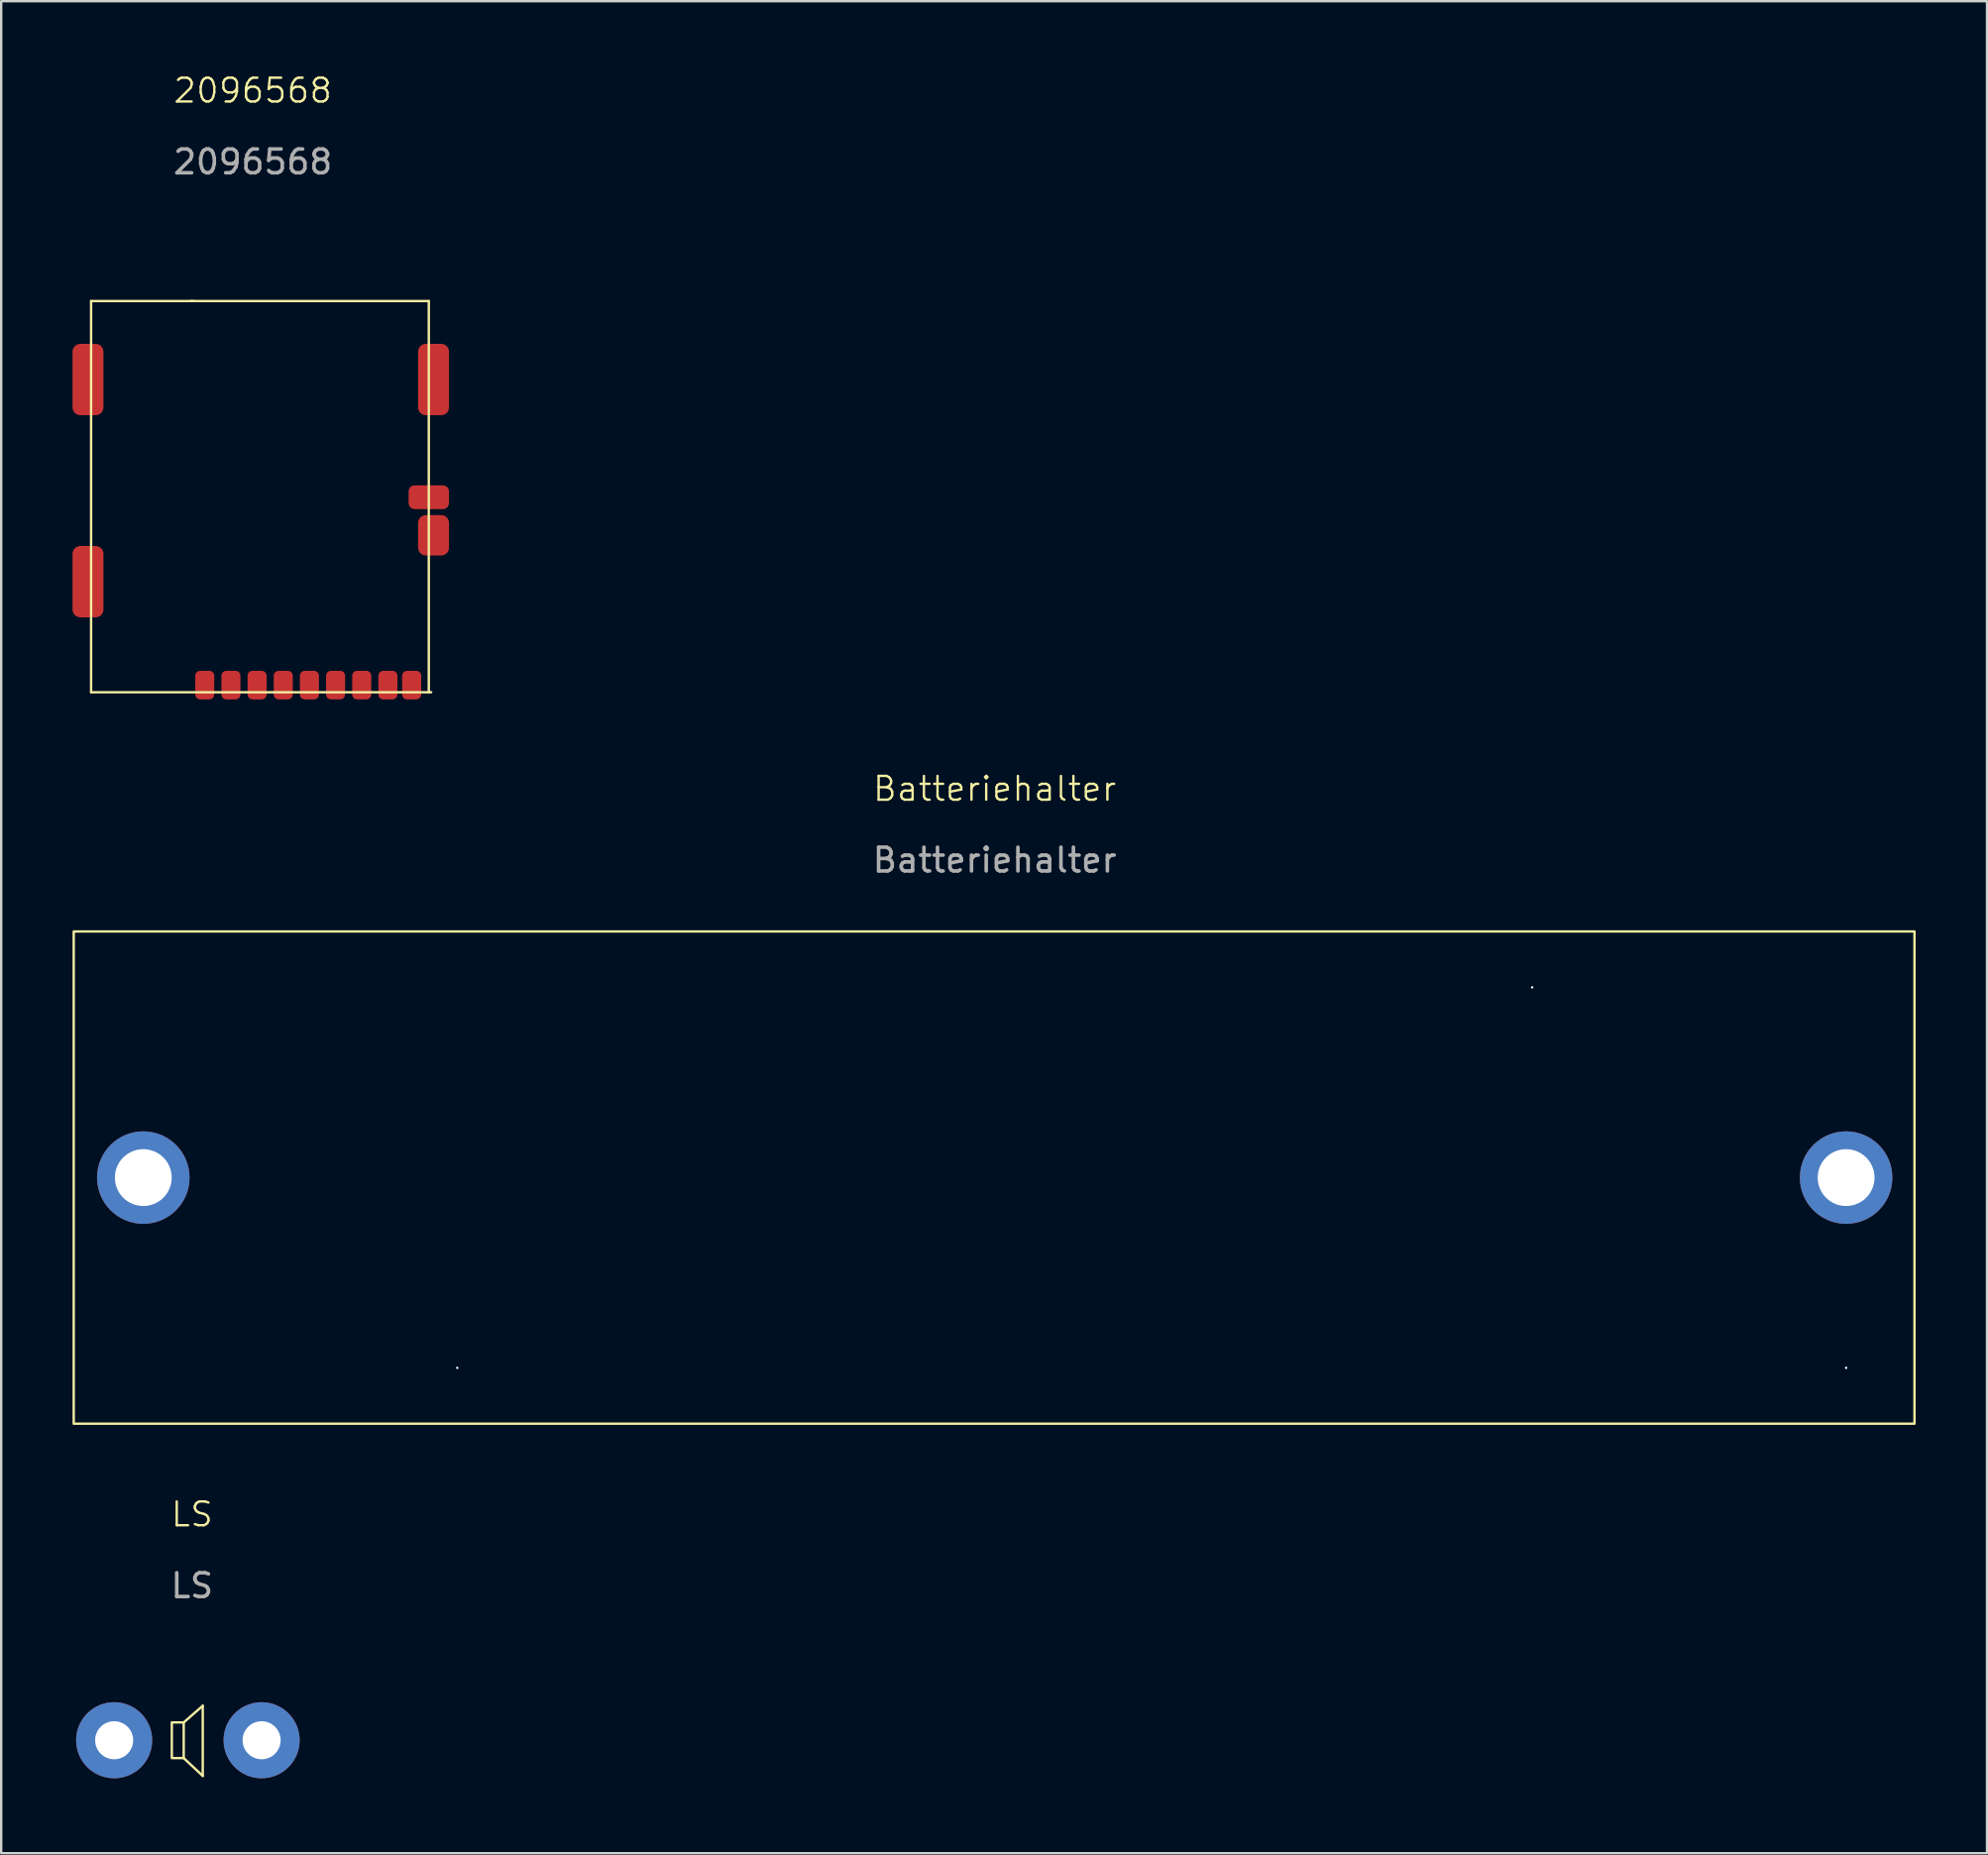
<source format=kicad_pcb>
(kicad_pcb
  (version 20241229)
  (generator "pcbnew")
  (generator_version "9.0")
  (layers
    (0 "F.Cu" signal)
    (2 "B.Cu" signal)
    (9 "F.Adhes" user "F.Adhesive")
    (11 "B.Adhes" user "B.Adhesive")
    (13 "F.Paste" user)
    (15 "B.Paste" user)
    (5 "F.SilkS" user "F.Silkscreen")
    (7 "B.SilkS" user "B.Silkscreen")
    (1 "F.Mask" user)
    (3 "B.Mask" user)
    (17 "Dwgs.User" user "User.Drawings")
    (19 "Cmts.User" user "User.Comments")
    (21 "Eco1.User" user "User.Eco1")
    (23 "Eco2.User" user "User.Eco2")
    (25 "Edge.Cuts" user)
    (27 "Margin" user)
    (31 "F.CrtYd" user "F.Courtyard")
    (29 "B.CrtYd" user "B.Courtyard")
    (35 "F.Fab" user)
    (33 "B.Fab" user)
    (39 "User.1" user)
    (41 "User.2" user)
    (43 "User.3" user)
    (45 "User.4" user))
  (footprint "LS"
    (layer "F.Cu")
    (at 5.025 70.132)
    (property "Reference" "LS" (at 0 -9.5 0) (unlocked yes) (layer "F.SilkS") (effects (font (size 1 1) (thickness 0.1))))
    (attr through_hole)
    (fp_line (start -0.35 -0.75) (end 0.45 -1.45) (stroke (width 0.1) (type default)) (layer "F.SilkS"))
    (fp_line (start 0.45 -1.45) (end 0.45 1.5) (stroke (width 0.1) (type default)) (layer "F.SilkS"))
    (fp_line (start 0.45 1.5) (end -0.35 0.75) (stroke (width 0.1) (type default)) (layer "F.SilkS"))
    (fp_rect (start -0.85 -0.75) (end -0.35 0.75) (stroke (width 0.1) (type default)) (fill no) (layer "F.SilkS"))
    (fp_line (start -4.975 -1.7) (end -4.975 1.7) (stroke (width 0.1) (type default)) (layer "User.5"))
    (fp_line (start -4.975 1.7) (end 4.625 1.7) (stroke (width 0.1) (type default)) (layer "User.5"))
    (fp_line (start 4.625 -1.7) (end -4.975 -1.7) (stroke (width 0.1) (type default)) (layer "User.5"))
    (fp_line (start 4.625 1.7) (end 4.625 -1.7) (stroke (width 0.1) (type default)) (layer "User.5"))
    (fp_text user "${REFERENCE}" (at 0 -6.5 0) (unlocked yes) (layer "F.Fab") (effects (font (size 1 1) (thickness 0.15))))
    (fp_text user "LS+" (at -4.925 -2.2 0) (unlocked yes) (layer "User.1") (effects (font (size 1 1) (thickness 0.1)) (justify left bottom)))
    (fp_text user "LS-" (at 1.825 -2.15 0) (unlocked yes) (layer "User.1") (effects (font (size 1 1) (thickness 0.1)) (justify left bottom)))
    (pad "1" thru_hole circle (at -3.275 0) (size 3.2 3.2) (drill 1.6) (layers "*.Cu" "*.Mask"))
    (pad "2" thru_hole circle (at 2.925 0) (size 3.2 3.2) (drill 1.6) (layers "*.Cu" "*.Mask")))
  (footprint "2096568"
    (layer "F.Cu")
    (at 9.43 20.36)
    (property "Reference" "2096568" (at -1.85 -19.6 0) (unlocked yes) (layer "F.SilkS") (effects (font (size 1 1) (thickness 0.1))))
    (attr smd)
    (fp_line (start -8.65 -10.75) (end -4.35 -10.75) (stroke (width 0.1) (type default)) (layer "F.SilkS"))
    (fp_line (start -8.65 5.7) (end -8.65 -10.75) (stroke (width 0.1) (type default)) (layer "F.SilkS"))
    (fp_line (start -4.45 -10.75) (end 5.55 -10.75) (stroke (width 0.1) (type default)) (layer "F.SilkS"))
    (fp_line (start 5.55 -10.75) (end 5.55 5.7) (stroke (width 0.1) (type default)) (layer "F.SilkS"))
    (fp_line (start 5.65 5.7) (end -8.65 5.7) (stroke (width 0.1) (type default)) (layer "F.SilkS"))
    (fp_text user "${REFERENCE}" (at -1.85 -16.6 0) (unlocked yes) (layer "F.Fab") (effects (font (size 1 1) (thickness 0.15))))
    (pad "1" smd roundrect (at -3.87 5.4) (size 0.8 1.2) (layers "F.Cu" "F.Mask" "F.Paste") (roundrect_rratio 0.25))
    (pad "2" smd roundrect (at -2.77 5.4) (size 0.8 1.2) (layers "F.Cu" "F.Mask" "F.Paste") (roundrect_rratio 0.25))
    (pad "3" smd roundrect (at -1.67 5.4) (size 0.8 1.2) (layers "F.Cu" "F.Mask" "F.Paste") (roundrect_rratio 0.25))
    (pad "4" smd roundrect (at -0.57 5.4) (size 0.8 1.2) (layers "F.Cu" "F.Mask" "F.Paste") (roundrect_rratio 0.25))
    (pad "5" smd roundrect (at 0.53 5.4) (size 0.8 1.2) (layers "F.Cu" "F.Mask" "F.Paste") (roundrect_rratio 0.25))
    (pad "6" smd roundrect (at 1.63 5.4) (size 0.8 1.2) (layers "F.Cu" "F.Mask" "F.Paste") (roundrect_rratio 0.25))
    (pad "7" smd roundrect (at 2.73 5.4) (size 0.8 1.2) (layers "F.Cu" "F.Mask" "F.Paste") (roundrect_rratio 0.25))
    (pad "8" smd roundrect (at 3.83 5.4) (size 0.8 1.2) (layers "F.Cu" "F.Mask" "F.Paste") (roundrect_rratio 0.25))
    (pad "9" smd roundrect (at 4.83 5.4) (size 0.8 1.2) (layers "F.Cu" "F.Mask" "F.Paste") (roundrect_rratio 0.25))
    (pad "10" smd roundrect (at 5.75 -0.9) (size 1.3 1.7) (layers "F.Cu" "F.Mask" "F.Paste") (roundrect_rratio 0.25))
    (pad "11" smd roundrect (at 5.55 -2.5) (size 1.7 1) (layers "F.Cu" "F.Mask" "F.Paste") (roundrect_rratio 0.25))
    (pad "12" smd roundrect (at 5.75 -7.45) (size 1.3 3) (layers "F.Cu" "F.Mask" "F.Paste") (roundrect_rratio 0.25))
    (pad "13" smd roundrect (at -8.78 -7.45) (size 1.3 3) (layers "F.Cu" "F.Mask" "F.Paste") (roundrect_rratio 0.25))
    (pad "14" smd roundrect (at -8.78 1.05) (size 1.3 3) (layers "F.Cu" "F.Mask" "F.Paste") (roundrect_rratio 0.25))
    (zone (net_name "") (layer "F.Cu") (hatch edge 0.5) (connect_pads) (min_thickness 0.25) (filled_areas_thickness no) (keepout (tracks not_allowed) (vias not_allowed) (pads not_allowed) (copperpour not_allowed) (footprints not_allowed)) (placement (enabled no)) (fill) (polygon (pts (xy 4.98 19.11) (xy 13.88 19.11) (xy 13.88 21.61) (xy 4.93 21.61)))))
  (footprint "Batteriehalter"
    (layer "F.Cu")
    (at 38.775 46.471)
    (property "Reference" "Batteriehalter" (at 0 -16.35 0) (unlocked yes) (layer "F.SilkS") (effects (font (size 1 1) (thickness 0.1))))
    (attr through_hole)
    (fp_rect (start -38.725 -10.35) (end 38.675 10.35) (stroke (width 0.1) (type default)) (fill no) (layer "F.SilkS"))
    (fp_text user "${REFERENCE}" (at 0 -13.35 0) (unlocked yes) (layer "F.Fab") (effects (font (size 1 1) (thickness 0.15))))
    (pad "" np_thru_hole circle (at -22.6 8) (size 0.1 0.1) (drill 3.7) (layers "*.Cu" "*.Mask"))
    (pad "" np_thru_hole circle (at 22.6 -8) (size 0.1 0.1) (drill 3.7) (layers "*.Cu" "*.Mask"))
    (pad "" np_thru_hole circle (at 35.8 8) (size 0.1 0.1) (drill 2.39) (layers "*.Cu" "*.Mask"))
    (pad "1" thru_hole circle (at 35.8 0) (size 3.89 3.89) (drill 2.39) (layers "*.Cu" "*.Mask"))
    (pad "2" thru_hole circle (at -35.8 0) (size 3.89 3.89) (drill 2.39) (layers "*.Cu" "*.Mask")))
  (gr_rect
    (start -3 -3)
    (end 80.5 74.882)
    (stroke (width 0.1) (type default))
    (fill no)
    (layer "Edge.Cuts")))
</source>
